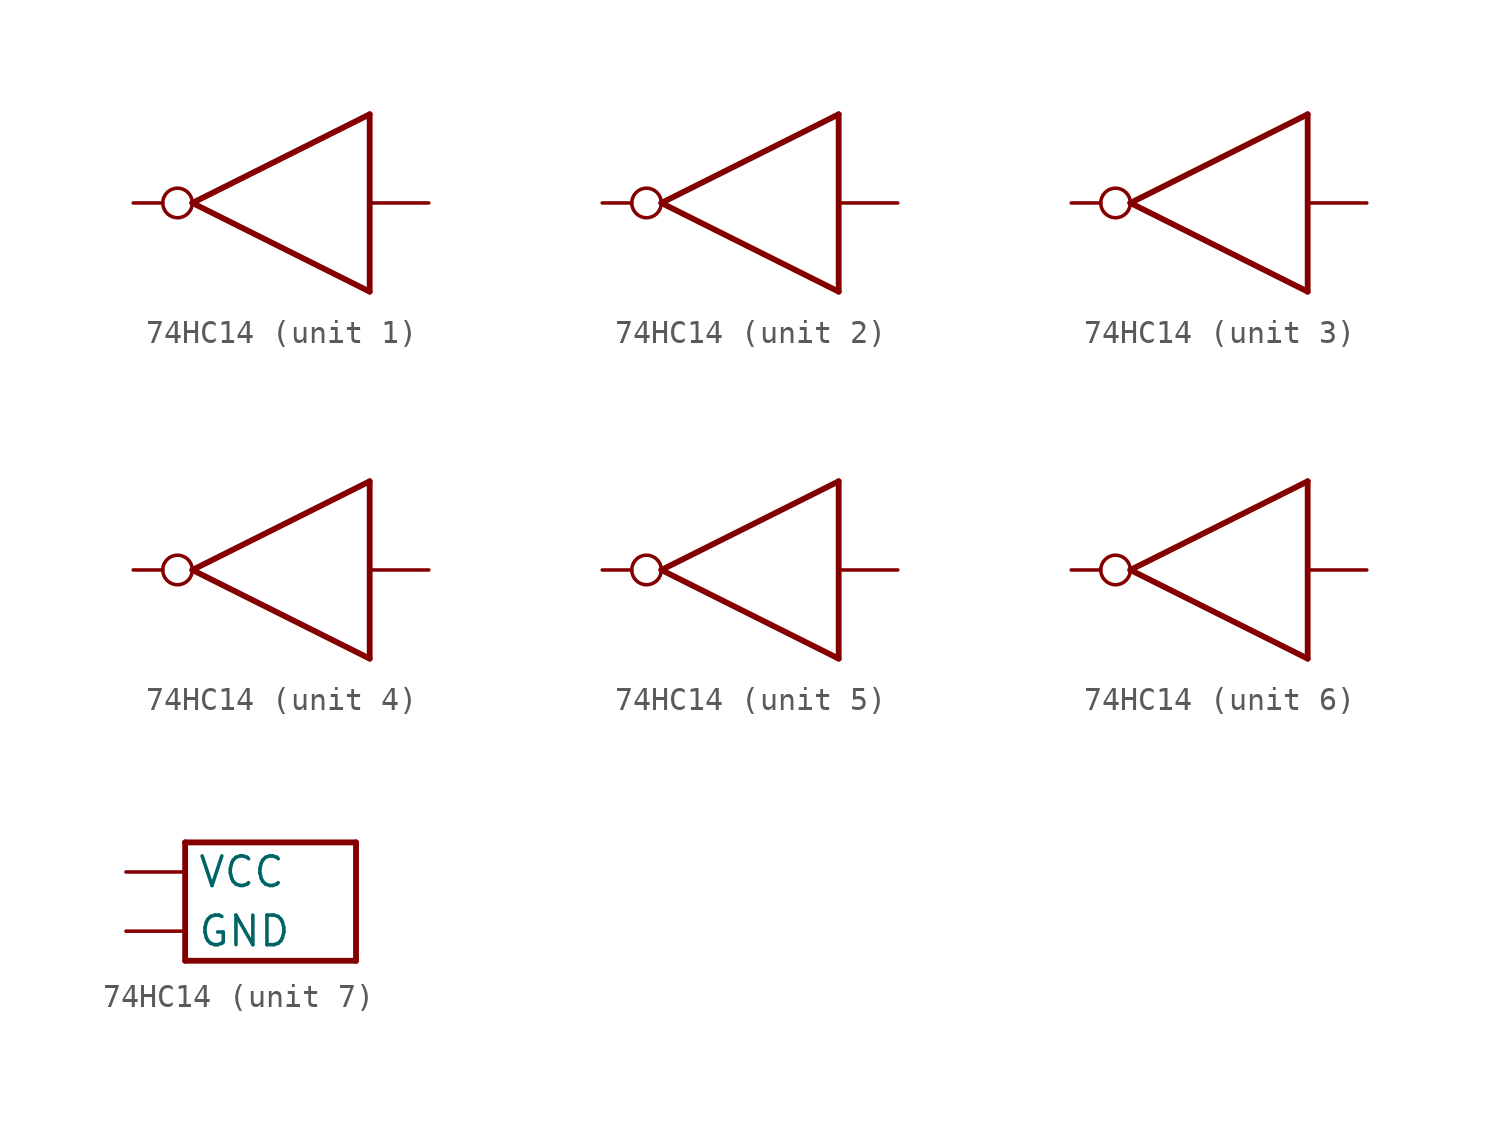
<source format=kicad_sym>
(kicad_symbol_lib
  (version 20231120)
  (generator "kicad_symbol_editor")
  (generator_version "8.0")
  (symbol "74HC14"
    (property "Reference" "U"
      (at 0 0 0)
      (effects (font (size 1.27 1.27)) (hide yes)))
    (property "ki_locked" ""
      (at 0 0 0)
      (effects (font (size 1.27 1.27))))
    (symbol "74HC14_1_0"
      (polyline (pts (xy 3.81 -3.81) (xy -3.81 0)) (stroke (width 0.25) (type solid)) (fill (type none)))
      (polyline (pts (xy 3.81 -3.81) (xy 3.81 3.81)) (stroke (width 0.25) (type solid)) (fill (type none)))
      (polyline (pts (xy 3.81 3.81) (xy -3.81 0)) (stroke (width 0.25) (type solid)) (fill (type none)))
      (pin input line (at 6.35 0 180) (length 2.54) (name "A" (effects (font (size 0 0)))) (number "1" (effects (font (size 0 0)))))
      (pin output inverted (at -6.35 0 0) (length 2.54) (name "Y" (effects (font (size 0 0)))) (number "2" (effects (font (size 0 0))))))
    (symbol "74HC14_2_0"
      (polyline (pts (xy 3.81 -3.81) (xy -3.81 0)) (stroke (width 0.25) (type solid)) (fill (type none)))
      (polyline (pts (xy 3.81 -3.81) (xy 3.81 3.81)) (stroke (width 0.25) (type solid)) (fill (type none)))
      (polyline (pts (xy 3.81 3.81) (xy -3.81 0)) (stroke (width 0.25) (type solid)) (fill (type none)))
      (pin input line (at 6.35 0 180) (length 2.54) (name "A" (effects (font (size 0 0)))) (number "3" (effects (font (size 0 0)))))
      (pin output inverted (at -6.35 0 0) (length 2.54) (name "Y" (effects (font (size 0 0)))) (number "4" (effects (font (size 0 0))))))
    (symbol "74HC14_3_0"
      (polyline (pts (xy 3.81 -3.81) (xy -3.81 0)) (stroke (width 0.25) (type solid)) (fill (type none)))
      (polyline (pts (xy 3.81 -3.81) (xy 3.81 3.81)) (stroke (width 0.25) (type solid)) (fill (type none)))
      (polyline (pts (xy 3.81 3.81) (xy -3.81 0)) (stroke (width 0.25) (type solid)) (fill (type none)))
      (pin input line (at 6.35 0 180) (length 2.54) (name "A" (effects (font (size 0 0)))) (number "5" (effects (font (size 0 0)))))
      (pin output inverted (at -6.35 0 0) (length 2.54) (name "Y" (effects (font (size 0 0)))) (number "6" (effects (font (size 0 0))))))
    (symbol "74HC14_4_0"
      (polyline (pts (xy 3.81 -3.81) (xy -3.81 0)) (stroke (width 0.25) (type solid)) (fill (type none)))
      (polyline (pts (xy 3.81 -3.81) (xy 3.81 3.81)) (stroke (width 0.25) (type solid)) (fill (type none)))
      (polyline (pts (xy 3.81 3.81) (xy -3.81 0)) (stroke (width 0.25) (type solid)) (fill (type none)))
      (pin output inverted (at -6.35 0 0) (length 2.54) (name "Y" (effects (font (size 0 0)))) (number "8" (effects (font (size 0 0)))))
      (pin input line (at 6.35 0 180) (length 2.54) (name "A" (effects (font (size 0 0)))) (number "9" (effects (font (size 0 0))))))
    (symbol "74HC14_5_0"
      (polyline (pts (xy 3.81 -3.81) (xy -3.81 0)) (stroke (width 0.25) (type solid)) (fill (type none)))
      (polyline (pts (xy 3.81 -3.81) (xy 3.81 3.81)) (stroke (width 0.25) (type solid)) (fill (type none)))
      (polyline (pts (xy 3.81 3.81) (xy -3.81 0)) (stroke (width 0.25) (type solid)) (fill (type none)))
      (pin output inverted (at -6.35 0 0) (length 2.54) (name "Y" (effects (font (size 0 0)))) (number "10" (effects (font (size 0 0)))))
      (pin input line (at 6.35 0 180) (length 2.54) (name "A" (effects (font (size 0 0)))) (number "11" (effects (font (size 0 0))))))
    (symbol "74HC14_6_0"
      (polyline (pts (xy 3.81 -3.81) (xy -3.81 0)) (stroke (width 0.25) (type solid)) (fill (type none)))
      (polyline (pts (xy 3.81 -3.81) (xy 3.81 3.81)) (stroke (width 0.25) (type solid)) (fill (type none)))
      (polyline (pts (xy 3.81 3.81) (xy -3.81 0)) (stroke (width 0.25) (type solid)) (fill (type none)))
      (pin output inverted (at -6.35 0 0) (length 2.54) (name "Y" (effects (font (size 0 0)))) (number "12" (effects (font (size 0 0)))))
      (pin input line (at 6.35 0 180) (length 2.54) (name "A" (effects (font (size 0 0)))) (number "13" (effects (font (size 0 0))))))
    (symbol "74HC14_7_0"
      (polyline (pts (xy -3.667 -2.54) (xy -3.667 2.54)) (stroke (width 0.25) (type solid)) (fill (type none)))
      (polyline (pts (xy -3.667 2.54) (xy 3.667 2.54)) (stroke (width 0.25) (type solid)) (fill (type none)))
      (polyline (pts (xy 3.667 -2.54) (xy -3.667 -2.54)) (stroke (width 0.25) (type solid)) (fill (type none)))
      (polyline (pts (xy 3.667 2.54) (xy 3.667 -2.54)) (stroke (width 0.25) (type solid)) (fill (type none)))
      (pin power_in line (at -6.207 1.27 0) (length 2.54) (name "VCC" (effects (font (size 1.27 1.27)))) (number "14" (effects (font (size 0 0)))))
      (pin power_in line (at -6.207 -1.27 0) (length 2.54) (name "GND" (effects (font (size 1.27 1.27)))) (number "7" (effects (font (size 0 0))))))))
</source>
